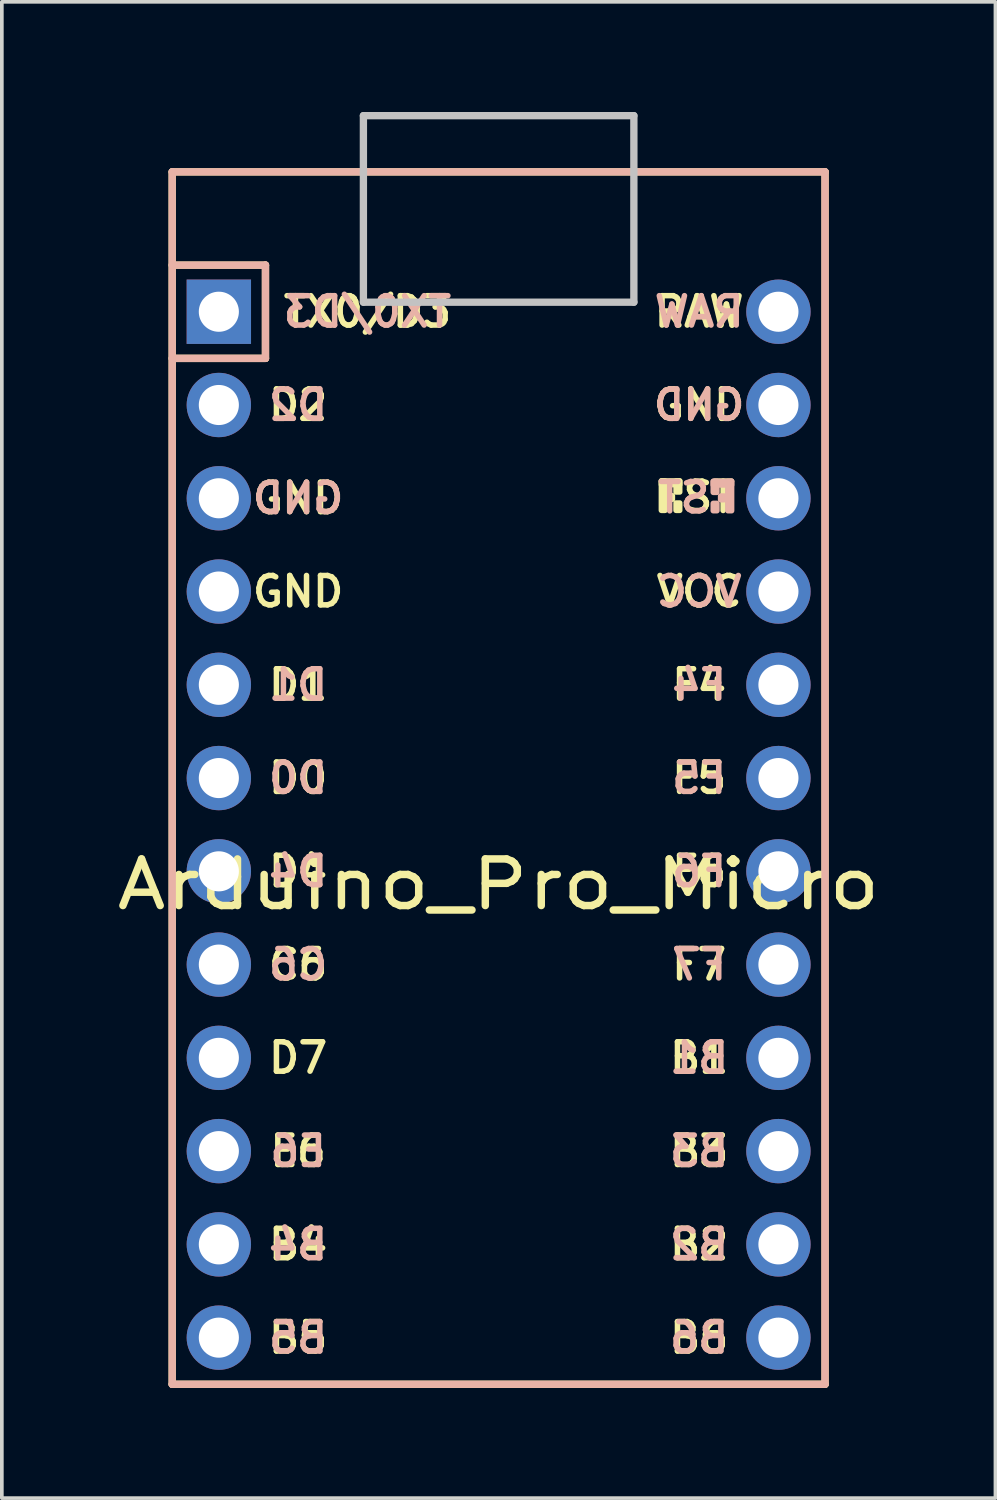
<source format=kicad_pcb>
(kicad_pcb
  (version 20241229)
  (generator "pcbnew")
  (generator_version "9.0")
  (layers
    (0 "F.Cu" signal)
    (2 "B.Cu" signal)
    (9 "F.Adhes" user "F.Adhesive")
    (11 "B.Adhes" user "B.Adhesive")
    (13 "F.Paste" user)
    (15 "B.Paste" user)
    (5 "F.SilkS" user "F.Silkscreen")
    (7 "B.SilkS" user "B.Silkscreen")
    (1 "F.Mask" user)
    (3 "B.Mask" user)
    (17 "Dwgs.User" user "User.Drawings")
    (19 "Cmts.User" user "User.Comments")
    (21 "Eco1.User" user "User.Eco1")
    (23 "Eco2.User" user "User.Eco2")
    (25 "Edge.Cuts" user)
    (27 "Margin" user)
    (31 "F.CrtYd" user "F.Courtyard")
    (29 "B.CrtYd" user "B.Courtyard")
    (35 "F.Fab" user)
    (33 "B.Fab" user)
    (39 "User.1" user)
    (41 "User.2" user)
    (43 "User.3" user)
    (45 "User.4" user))
  (footprint "Arduino_Pro_Micro"
    (layer "F.Cu")
    (at 10.53 19.41)
    (property "Reference" "Arduino_Pro_Micro" (at 0 1.625 0) (layer "F.SilkS") (effects (font (size 1.27 1.524) (thickness 0.203))))
    (attr through_hole)
    (fp_line (start -8.89 -17.78) (end -8.89 15.24) (stroke (width 0.2) (type solid)) (layer "F.SilkS"))
    (fp_line (start -8.89 15.24) (end 8.89 15.24) (stroke (width 0.2) (type solid)) (layer "F.SilkS"))
    (fp_line (start -6.35 -15.24) (end -8.89 -15.24) (stroke (width 0.2) (type solid)) (layer "F.SilkS"))
    (fp_line (start -6.35 -15.24) (end -6.35 -12.7) (stroke (width 0.2) (type solid)) (layer "F.SilkS"))
    (fp_line (start -6.35 -12.7) (end -8.89 -12.7) (stroke (width 0.2) (type solid)) (layer "F.SilkS"))
    (fp_line (start 8.89 -17.78) (end -8.89 -17.78) (stroke (width 0.2) (type solid)) (layer "F.SilkS"))
    (fp_line (start 8.89 15.24) (end 8.89 -17.78) (stroke (width 0.2) (type solid)) (layer "F.SilkS"))
    (fp_poly (pts (xy 4.532 -9.361) (xy 4.532 -8.561) (xy 4.432 -8.561) (xy 4.432 -9.361)) (stroke (width 0.15) (type solid)) (fill yes) (layer "F.SilkS"))
    (fp_poly (pts (xy 4.732 -8.961) (xy 4.732 -8.861) (xy 4.632 -8.861) (xy 4.632 -8.961)) (stroke (width 0.15) (type solid)) (fill yes) (layer "F.SilkS"))
    (fp_poly (pts (xy 4.932 -9.361) (xy 4.932 -9.261) (xy 4.432 -9.261) (xy 4.432 -9.361)) (stroke (width 0.15) (type solid)) (fill yes) (layer "F.SilkS"))
    (fp_poly (pts (xy 4.932 -9.361) (xy 4.932 -9.061) (xy 4.832 -9.061) (xy 4.832 -9.361)) (stroke (width 0.15) (type solid)) (fill yes) (layer "F.SilkS"))
    (fp_poly (pts (xy 4.932 -8.761) (xy 4.932 -8.561) (xy 4.832 -8.561) (xy 4.832 -8.761)) (stroke (width 0.15) (type solid)) (fill yes) (layer "F.SilkS"))
    (fp_line (start -8.89 -17.78) (end -8.89 15.24) (stroke (width 0.2) (type solid)) (layer "B.SilkS"))
    (fp_line (start -8.89 15.24) (end 8.89 15.24) (stroke (width 0.2) (type solid)) (layer "B.SilkS"))
    (fp_line (start -6.35 -15.24) (end -8.89 -15.24) (stroke (width 0.2) (type solid)) (layer "B.SilkS"))
    (fp_line (start -6.35 -15.24) (end -6.35 -12.7) (stroke (width 0.2) (type solid)) (layer "B.SilkS"))
    (fp_line (start -6.35 -12.7) (end -8.89 -12.7) (stroke (width 0.2) (type solid)) (layer "B.SilkS"))
    (fp_line (start 8.89 -17.78) (end -8.89 -17.78) (stroke (width 0.2) (type solid)) (layer "B.SilkS"))
    (fp_line (start 8.89 15.24) (end 8.89 -17.78) (stroke (width 0.2) (type solid)) (layer "B.SilkS"))
    (fp_poly (pts (xy 5.845 -9.351) (xy 5.845 -9.251) (xy 6.345 -9.251) (xy 6.345 -9.351)) (stroke (width 0.15) (type solid)) (fill yes) (layer "B.SilkS"))
    (fp_poly (pts (xy 5.845 -9.351) (xy 5.845 -9.051) (xy 5.945 -9.051) (xy 5.945 -9.351)) (stroke (width 0.15) (type solid)) (fill yes) (layer "B.SilkS"))
    (fp_poly (pts (xy 5.845 -8.751) (xy 5.845 -8.551) (xy 5.945 -8.551) (xy 5.945 -8.751)) (stroke (width 0.15) (type solid)) (fill yes) (layer "B.SilkS"))
    (fp_poly (pts (xy 6.045 -8.951) (xy 6.045 -8.851) (xy 6.145 -8.851) (xy 6.145 -8.951)) (stroke (width 0.15) (type solid)) (fill yes) (layer "B.SilkS"))
    (fp_poly (pts (xy 6.245 -9.351) (xy 6.245 -8.551) (xy 6.345 -8.551) (xy 6.345 -9.351)) (stroke (width 0.15) (type solid)) (fill yes) (layer "B.SilkS"))
    (fp_line (start -3.683 -19.31) (end 3.683 -19.31) (stroke (width 0.2) (type solid)) (layer "Dwgs.User"))
    (fp_line (start -3.683 -14.23) (end -3.683 -19.31) (stroke (width 0.2) (type solid)) (layer "Dwgs.User"))
    (fp_line (start 3.683 -19.31) (end 3.683 -14.23) (stroke (width 0.2) (type solid)) (layer "Dwgs.User"))
    (fp_line (start 3.683 -14.23) (end -3.683 -14.23) (stroke (width 0.2) (type solid)) (layer "Dwgs.User"))
    (fp_text user "GND" (at -5.461 -6.35 0) (layer "F.SilkS") (effects (font (size 0.8 0.8) (thickness 0.15))))
    (fp_text user "F6" (at 5.461 1.27 0) (layer "F.SilkS") (effects (font (size 0.8 0.8) (thickness 0.15))))
    (fp_text user "D2" (at -5.461 -11.43 0) (layer "F.SilkS") (effects (font (size 0.8 0.8) (thickness 0.15))))
    (fp_text user "B5" (at -5.461 13.97 0) (layer "F.SilkS") (effects (font (size 0.8 0.8) (thickness 0.15))))
    (fp_text user "F7" (at 5.461 3.81 0) (layer "F.SilkS") (effects (font (size 0.8 0.8) (thickness 0.15))))
    (fp_text user "RAW" (at 5.461 -13.97 0) (layer "F.SilkS") (effects (font (size 0.8 0.8) (thickness 0.15))))
    (fp_text user "F5" (at 5.461 -1.27 0) (layer "F.SilkS") (effects (font (size 0.8 0.8) (thickness 0.15))))
    (fp_text user "B3" (at 5.461 8.89 0) (layer "F.SilkS") (effects (font (size 0.8 0.8) (thickness 0.15))))
    (fp_text user "F4" (at 5.461 -3.81 0) (layer "F.SilkS") (effects (font (size 0.8 0.8) (thickness 0.15))))
    (fp_text user "B1" (at 5.461 6.35 0) (layer "F.SilkS") (effects (font (size 0.8 0.8) (thickness 0.15))))
    (fp_text user "B2" (at 5.461 11.43 0) (layer "F.SilkS") (effects (font (size 0.8 0.8) (thickness 0.15))))
    (fp_text user "D4" (at -5.461 1.27 0) (layer "F.SilkS") (effects (font (size 0.8 0.8) (thickness 0.15))))
    (fp_text user "B6" (at 5.461 13.97 0) (layer "F.SilkS") (effects (font (size 0.8 0.8) (thickness 0.15))))
    (fp_text user "VCC" (at 5.461 -6.35 0) (layer "F.SilkS") (effects (font (size 0.8 0.8) (thickness 0.15))))
    (fp_text user "B4" (at -5.461 11.43 0) (layer "F.SilkS") (effects (font (size 0.8 0.8) (thickness 0.15))))
    (fp_text user "GND" (at -5.461 -8.89 0) (layer "F.SilkS") (effects (font (size 0.8 0.8) (thickness 0.15))))
    (fp_text user "D7" (at -5.461 6.35 0) (layer "F.SilkS") (effects (font (size 0.8 0.8) (thickness 0.15))))
    (fp_text user "GND" (at 5.461 -11.43 0) (layer "F.SilkS") (effects (font (size 0.8 0.8) (thickness 0.15))))
    (fp_text user "D1" (at -5.461 -3.81 0) (layer "F.SilkS") (effects (font (size 0.8 0.8) (thickness 0.15))))
    (fp_text user "TX0/D3" (at -3.572 -13.97 0) (layer "F.SilkS") (effects (font (size 0.8 0.8) (thickness 0.15))))
    (fp_text user "D0" (at -5.461 -1.27 0) (layer "F.SilkS") (effects (font (size 0.8 0.8) (thickness 0.15))))
    (fp_text user "ST" (at 5.733 -8.92 0) (layer "F.SilkS") (effects (font (size 0.8 0.8) (thickness 0.15))))
    (fp_text user "C6" (at -5.461 3.81 0) (layer "F.SilkS") (effects (font (size 0.8 0.8) (thickness 0.15))))
    (fp_text user "E6" (at -5.461 8.89 0) (layer "F.SilkS") (effects (font (size 0.8 0.8) (thickness 0.15))))
    (fp_text user "F7" (at 5.461 3.81 0) (layer "B.SilkS") (effects (font (size 0.8 0.8) (thickness 0.15)) (justify mirror)))
    (fp_text user "D2" (at -5.461 -11.43 0) (layer "B.SilkS") (effects (font (size 0.8 0.8) (thickness 0.15)) (justify mirror)))
    (fp_text user "F5" (at 5.461 -1.27 0) (layer "B.SilkS") (effects (font (size 0.8 0.8) (thickness 0.15)) (justify mirror)))
    (fp_text user "B6" (at 5.461 13.97 0) (layer "B.SilkS") (effects (font (size 0.8 0.8) (thickness 0.15)) (justify mirror)))
    (fp_text user "ST" (at 5.04 -8.91 0) (layer "B.SilkS") (effects (font (size 0.8 0.8) (thickness 0.15)) (justify mirror)))
    (fp_text user "E6" (at -5.461 8.89 0) (layer "B.SilkS") (effects (font (size 0.8 0.8) (thickness 0.15)) (justify mirror)))
    (fp_text user "GND" (at -5.461 -8.89 0) (layer "B.SilkS") (effects (font (size 0.8 0.8) (thickness 0.15)) (justify mirror)))
    (fp_text user "C6" (at -5.461 3.81 0) (layer "B.SilkS") (effects (font (size 0.8 0.8) (thickness 0.15)) (justify mirror)))
    (fp_text user "B3" (at 5.461 8.89 0) (layer "B.SilkS") (effects (font (size 0.8 0.8) (thickness 0.15)) (justify mirror)))
    (fp_text user "D0" (at -5.461 -1.27 0) (layer "B.SilkS") (effects (font (size 0.8 0.8) (thickness 0.15)) (justify mirror)))
    (fp_text user "F4" (at 5.461 -3.81 0) (layer "B.SilkS") (effects (font (size 0.8 0.8) (thickness 0.15)) (justify mirror)))
    (fp_text user "GND" (at 5.461 -11.43 0) (layer "B.SilkS") (effects (font (size 0.8 0.8) (thickness 0.15)) (justify mirror)))
    (fp_text user "VCC" (at 5.461 -6.35 0) (layer "B.SilkS") (effects (font (size 0.8 0.8) (thickness 0.15)) (justify mirror)))
    (fp_text user "RAW" (at 5.461 -13.97 0) (layer "B.SilkS") (effects (font (size 0.8 0.8) (thickness 0.15)) (justify mirror)))
    (fp_text user "F6" (at 5.461 1.27 0) (layer "B.SilkS") (effects (font (size 0.8 0.8) (thickness 0.15)) (justify mirror)))
    (fp_text user "D4" (at -5.461 1.27 0) (layer "B.SilkS") (effects (font (size 0.8 0.8) (thickness 0.15)) (justify mirror)))
    (fp_text user "TX0/D3" (at -3.572 -13.97 0) (layer "B.SilkS") (effects (font (size 0.8 0.8) (thickness 0.15)) (justify mirror)))
    (fp_text user "B2" (at 5.461 11.43 0) (layer "B.SilkS") (effects (font (size 0.8 0.8) (thickness 0.15)) (justify mirror)))
    (fp_text user "B1" (at 5.461 6.35 0) (layer "B.SilkS") (effects (font (size 0.8 0.8) (thickness 0.15)) (justify mirror)))
    (fp_text user "B5" (at -5.461 13.97 0) (layer "B.SilkS") (effects (font (size 0.8 0.8) (thickness 0.15)) (justify mirror)))
    (fp_text user "B4" (at -5.461 11.43 0) (layer "B.SilkS") (effects (font (size 0.8 0.8) (thickness 0.15)) (justify mirror)))
    (fp_text user "D1" (at -5.461 -3.81 0) (layer "B.SilkS") (effects (font (size 0.8 0.8) (thickness 0.15)) (justify mirror)))
    (pad "1" thru_hole rect (at -7.62 -13.97 270) (size 1.753 1.753) (drill 1.092) (layers "*.Cu" "*.Mask"))
    (pad "2" thru_hole circle (at -7.62 -11.43 270) (size 1.753 1.753) (drill 1.092) (layers "*.Cu" "*.Mask"))
    (pad "3" thru_hole circle (at -7.62 -8.89 270) (size 1.753 1.753) (drill 1.092) (layers "*.Cu" "*.Mask"))
    (pad "4" thru_hole circle (at -7.62 -6.35 270) (size 1.753 1.753) (drill 1.092) (layers "*.Cu" "*.Mask"))
    (pad "5" thru_hole circle (at -7.62 -3.81 270) (size 1.753 1.753) (drill 1.092) (layers "*.Cu" "*.Mask"))
    (pad "6" thru_hole circle (at -7.62 -1.27 270) (size 1.753 1.753) (drill 1.092) (layers "*.Cu" "*.Mask"))
    (pad "7" thru_hole circle (at -7.62 1.27 270) (size 1.753 1.753) (drill 1.092) (layers "*.Cu" "*.Mask"))
    (pad "8" thru_hole circle (at -7.62 3.81 270) (size 1.753 1.753) (drill 1.092) (layers "*.Cu" "*.Mask"))
    (pad "9" thru_hole circle (at -7.62 6.35 270) (size 1.753 1.753) (drill 1.092) (layers "*.Cu" "*.Mask"))
    (pad "10" thru_hole circle (at -7.62 8.89 270) (size 1.753 1.753) (drill 1.092) (layers "*.Cu" "*.Mask"))
    (pad "11" thru_hole circle (at -7.62 11.43 270) (size 1.753 1.753) (drill 1.092) (layers "*.Cu" "*.Mask"))
    (pad "12" thru_hole circle (at -7.62 13.97 270) (size 1.753 1.753) (drill 1.092) (layers "*.Cu" "*.Mask"))
    (pad "13" thru_hole circle (at 7.62 13.97 270) (size 1.753 1.753) (drill 1.092) (layers "*.Cu" "*.Mask"))
    (pad "14" thru_hole circle (at 7.62 11.43 270) (size 1.753 1.753) (drill 1.092) (layers "*.Cu" "*.Mask"))
    (pad "15" thru_hole circle (at 7.62 8.89 270) (size 1.753 1.753) (drill 1.092) (layers "*.Cu" "*.Mask"))
    (pad "16" thru_hole circle (at 7.62 6.35 270) (size 1.753 1.753) (drill 1.092) (layers "*.Cu" "*.Mask"))
    (pad "17" thru_hole circle (at 7.62 3.81 270) (size 1.753 1.753) (drill 1.092) (layers "*.Cu" "*.Mask"))
    (pad "18" thru_hole circle (at 7.62 1.27 270) (size 1.753 1.753) (drill 1.092) (layers "*.Cu" "*.Mask"))
    (pad "19" thru_hole circle (at 7.62 -1.27 270) (size 1.753 1.753) (drill 1.092) (layers "*.Cu" "*.Mask"))
    (pad "20" thru_hole circle (at 7.62 -3.81 270) (size 1.753 1.753) (drill 1.092) (layers "*.Cu" "*.Mask"))
    (pad "21" thru_hole circle (at 7.62 -6.35 270) (size 1.753 1.753) (drill 1.092) (layers "*.Cu" "*.Mask"))
    (pad "22" thru_hole circle (at 7.62 -8.89 270) (size 1.753 1.753) (drill 1.092) (layers "*.Cu" "*.Mask"))
    (pad "23" thru_hole circle (at 7.62 -11.43 270) (size 1.753 1.753) (drill 1.092) (layers "*.Cu" "*.Mask"))
    (pad "24" thru_hole circle (at 7.62 -13.97 270) (size 1.753 1.753) (drill 1.092) (layers "*.Cu" "*.Mask")))
  (gr_rect
    (start -3 -3)
    (end 24.06 37.75)
    (stroke (width 0.1) (type default))
    (fill no)
    (layer "Edge.Cuts")))
</source>
